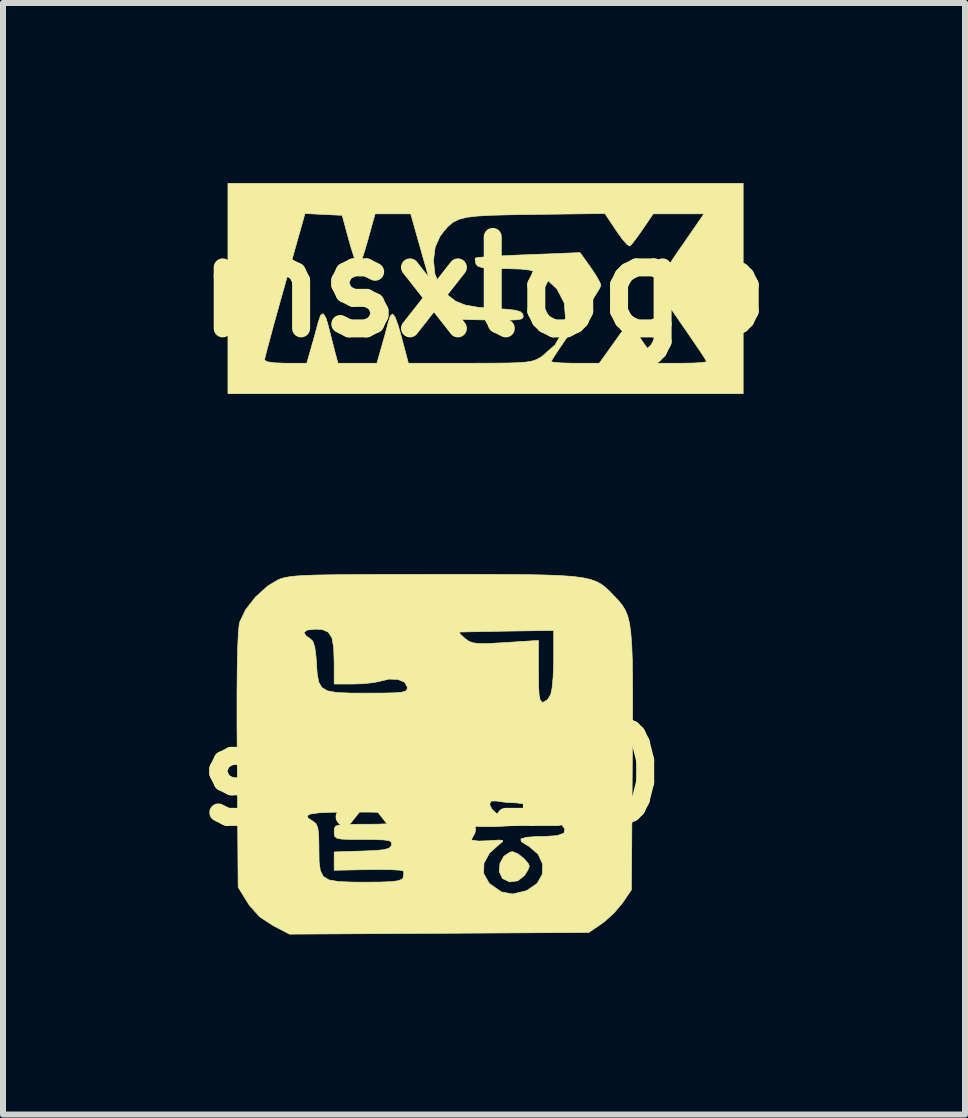
<source format=kicad_pcb>
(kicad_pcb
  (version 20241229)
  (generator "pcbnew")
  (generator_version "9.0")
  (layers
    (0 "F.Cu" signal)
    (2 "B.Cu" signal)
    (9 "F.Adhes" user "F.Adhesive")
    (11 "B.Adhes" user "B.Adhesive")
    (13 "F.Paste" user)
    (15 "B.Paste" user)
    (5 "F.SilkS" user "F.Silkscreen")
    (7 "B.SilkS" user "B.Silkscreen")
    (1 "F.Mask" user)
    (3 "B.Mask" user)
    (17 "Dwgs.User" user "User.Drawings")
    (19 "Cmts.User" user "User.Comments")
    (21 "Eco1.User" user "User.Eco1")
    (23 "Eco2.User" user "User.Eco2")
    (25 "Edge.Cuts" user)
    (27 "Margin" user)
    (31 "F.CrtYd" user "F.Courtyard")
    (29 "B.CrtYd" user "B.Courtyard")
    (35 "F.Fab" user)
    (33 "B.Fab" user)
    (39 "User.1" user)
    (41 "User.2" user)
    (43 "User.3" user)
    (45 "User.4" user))
  (footprint "msxlogo"
    (layer "F.Cu")
    (at 5.015 1.732)
    (property "Reference" "msxlogo" (at 0 0 0) (layer "F.SilkS") (effects (font (size 1.524 1.524) (thickness 0.3))))
    (attr through_hole)
    (fp_poly (pts (xy 4.318 1.778) (xy -4.267 1.778) (xy -4.267 1.218) (xy -3.658 1.218) (xy -3.61 1.246) (xy -3.481 1.264) (xy -3.306 1.27) (xy -2.954 1.27) (xy -2.877 1.003) (xy -2.826 0.823) (xy -2.782 0.66) (xy -2.766 0.596) (xy -2.723 0.47) (xy -2.679 0.444) (xy -2.633 0.518) (xy -2.594 0.648) (xy -2.546 0.841) (xy -2.497 1.03) (xy -2.485 1.079) (xy -2.434 1.27) (xy -1.785 1.27) (xy -1.709 1.003) (xy -1.658 0.823) (xy -1.614 0.66) (xy -1.598 0.596) (xy -1.561 0.482) (xy -1.524 0.449) (xy -1.481 0.503) (xy -1.428 0.647) (xy -1.374 0.84) (xy -1.26 1.27) (xy -0.231 1.27) (xy 0.118 1.269) (xy 0.382 1.267) (xy 0.574 1.261) (xy 0.711 1.25) (xy 0.807 1.233) (xy 0.878 1.208) (xy 0.94 1.173) (xy 0.966 1.156) (xy 1.183 0.965) (xy 1.311 0.743) (xy 1.358 0.524) (xy 1.336 0.265) (xy 1.217 0.036) (xy 1.002 -0.167) (xy 0.969 -0.189) (xy 0.869 -0.247) (xy 0.758 -0.282) (xy 0.609 -0.299) (xy 0.393 -0.305) (xy 0.346 -0.305) (xy 0.12 -0.308) (xy -0.023 -0.321) (xy -0.103 -0.346) (xy -0.135 -0.383) (xy -0.15 -0.463) (xy -0.143 -0.484) (xy -0.087 -0.493) (xy 0.053 -0.505) (xy 0.26 -0.517) (xy 0.518 -0.53) (xy 0.74 -0.539) (xy 1.6 -0.573) (xy 1.774 -0.33) (xy 1.868 -0.189) (xy 1.931 -0.077) (xy 1.947 -0.028) (xy 1.92 0.033) (xy 1.843 0.159) (xy 1.729 0.335) (xy 1.587 0.545) (xy 1.532 0.623) (xy 1.384 0.837) (xy 1.259 1.02) (xy 1.168 1.158) (xy 1.122 1.233) (xy 1.118 1.243) (xy 1.164 1.255) (xy 1.289 1.265) (xy 1.466 1.27) (xy 1.52 1.27) (xy 1.921 1.27) (xy 2.163 0.932) (xy 2.274 0.775) (xy 2.352 0.681) (xy 2.416 0.654) (xy 2.484 0.696) (xy 2.575 0.811) (xy 2.707 1.002) (xy 2.729 1.034) (xy 2.894 1.27) (xy 3.301 1.27) (xy 3.49 1.267) (xy 3.632 1.259) (xy 3.704 1.247) (xy 3.708 1.243) (xy 3.681 1.194) (xy 3.605 1.077) (xy 3.491 0.909) (xy 3.35 0.704) (xy 3.294 0.623) (xy 3.145 0.406) (xy 3.019 0.217) (xy 2.928 0.072) (xy 2.882 -0.013) (xy 2.879 -0.026) (xy 2.906 -0.086) (xy 2.982 -0.212) (xy 3.094 -0.387) (xy 3.233 -0.595) (xy 3.272 -0.65) (xy 3.665 -1.219) (xy 3.242 -1.219) (xy 2.819 -1.219) (xy 2.644 -0.962) (xy 2.545 -0.822) (xy 2.466 -0.719) (xy 2.43 -0.681) (xy 2.385 -0.707) (xy 2.303 -0.8) (xy 2.204 -0.939) (xy 2.203 -0.94) (xy 2.014 -1.224) (xy 0.833 -1.209) (xy 0.435 -1.203) (xy 0.125 -1.195) (xy -0.112 -1.182) (xy -0.289 -1.161) (xy -0.419 -1.127) (xy -0.518 -1.078) (xy -0.598 -1.011) (xy -0.674 -0.923) (xy -0.733 -0.844) (xy -0.814 -0.665) (xy -0.842 -0.441) (xy -0.818 -0.215) (xy -0.742 -0.031) (xy -0.733 -0.02) (xy -0.606 0.133) (xy -0.474 0.236) (xy -0.315 0.3) (xy -0.101 0.338) (xy 0.143 0.356) (xy 0.374 0.37) (xy 0.522 0.387) (xy 0.606 0.412) (xy 0.644 0.448) (xy 0.651 0.471) (xy 0.651 0.507) (xy 0.624 0.532) (xy 0.556 0.546) (xy 0.43 0.552) (xy 0.232 0.552) (xy -0.029 0.548) (xy -0.726 0.533) (xy -0.899 -0.076) (xy -0.973 -0.341) (xy -1.046 -0.597) (xy -1.108 -0.815) (xy -1.147 -0.953) (xy -1.222 -1.219) (xy -1.815 -1.219) (xy -1.931 -0.8) (xy -1.988 -0.605) (xy -2.039 -0.447) (xy -2.076 -0.353) (xy -2.084 -0.34) (xy -2.112 -0.367) (xy -2.157 -0.473) (xy -2.211 -0.639) (xy -2.242 -0.746) (xy -2.364 -1.194) (xy -2.674 -1.209) (xy -2.983 -1.224) (xy -3.32 -0.029) (xy -3.414 0.305) (xy -3.498 0.607) (xy -3.567 0.863) (xy -3.62 1.06) (xy -3.651 1.183) (xy -3.658 1.218) (xy -4.267 1.218) (xy -4.267 -1.727) (xy 4.318 -1.727) (xy 4.318 1.778)) (stroke (width 0.01) (type solid)) (fill yes) (layer "F.SilkS")))
  (footprint "srxg10"
    (layer "F.Cu")
    (at 4.144 9.871)
    (property "Reference" "srxg10" (at 0 0 0) (layer "F.SilkS") (effects (font (size 1.524 1.524) (thickness 0.3))))
    (attr through_hole)
    (fp_poly (pts (xy 1.433 1.304) (xy 1.533 1.381) (xy 1.608 1.467) (xy 1.626 1.513) (xy 1.599 1.58) (xy 1.547 1.665) (xy 1.434 1.755) (xy 1.297 1.774) (xy 1.179 1.717) (xy 1.124 1.602) (xy 1.136 1.466) (xy 1.202 1.345) (xy 1.307 1.276) (xy 1.35 1.27) (xy 1.433 1.304)) (stroke (width 0.01) (type solid)) (fill yes) (layer "F.SilkS"))
    (fp_poly (pts (xy 0.635 -3.351) (xy 1.127 -3.35) (xy 1.535 -3.347) (xy 1.87 -3.341) (xy 2.139 -3.331) (xy 2.353 -3.316) (xy 2.52 -3.294) (xy 2.65 -3.265) (xy 2.751 -3.228) (xy 2.834 -3.181) (xy 2.906 -3.124) (xy 2.978 -3.055) (xy 3.034 -2.996) (xy 3.109 -2.917) (xy 3.171 -2.842) (xy 3.222 -2.761) (xy 3.263 -2.664) (xy 3.294 -2.541) (xy 3.316 -2.383) (xy 3.332 -2.179) (xy 3.342 -1.922) (xy 3.346 -1.599) (xy 3.347 -1.203) (xy 3.345 -0.722) (xy 3.342 -0.254) (xy 3.327 1.905) (xy 3.184 2.117) (xy 3.047 2.281) (xy 2.88 2.434) (xy 2.828 2.472) (xy 2.616 2.616) (xy 0.123 2.63) (xy -2.371 2.644) (xy -2.645 2.501) (xy -2.869 2.354) (xy -3.036 2.167) (xy -3.073 2.11) (xy -3.226 1.862) (xy -3.235 0.672) (xy -2.077 0.672) (xy -2.056 0.714) (xy -1.981 0.762) (xy -1.929 0.802) (xy -1.899 0.87) (xy -1.884 0.989) (xy -1.88 1.183) (xy -1.88 1.217) (xy -1.877 1.432) (xy -1.857 1.583) (xy -1.807 1.683) (xy -1.71 1.741) (xy -1.552 1.768) (xy -1.317 1.777) (xy -1.112 1.778) (xy -0.847 1.776) (xy -0.667 1.768) (xy -0.555 1.753) (xy -0.496 1.728) (xy -0.475 1.7) (xy -0.465 1.615) (xy -0.476 1.59) (xy -0.537 1.578) (xy -0.677 1.57) (xy -0.874 1.567) (xy -1.067 1.569) (xy -1.626 1.58) (xy -1.626 1.274) (xy -1.156 1.259) (xy -0.931 1.25) (xy -0.789 1.235) (xy -0.71 1.211) (xy -0.676 1.175) (xy -0.67 1.156) (xy -0.672 1.114) (xy -0.708 1.088) (xy -0.797 1.074) (xy -0.955 1.068) (xy -1.139 1.067) (xy -1.364 1.066) (xy -1.506 1.06) (xy -1.584 1.044) (xy -1.618 1.013) (xy -1.625 0.963) (xy -1.626 0.94) (xy -1.625 0.934) (xy 0.474 0.934) (xy 0.552 1.02) (xy 0.647 1.074) (xy 0.777 1.093) (xy 0.953 1.087) (xy 1.111 1.076) (xy 1.182 1.081) (xy 1.18 1.104) (xy 1.147 1.128) (xy 0.965 1.29) (xy 0.87 1.462) (xy 0.864 1.632) (xy 0.952 1.788) (xy 0.978 1.813) (xy 1.16 1.94) (xy 1.345 1.975) (xy 1.559 1.925) (xy 1.593 1.911) (xy 1.757 1.798) (xy 1.842 1.646) (xy 1.847 1.476) (xy 1.773 1.313) (xy 1.619 1.179) (xy 1.586 1.162) (xy 1.491 1.101) (xy 1.485 1.058) (xy 1.574 1.03) (xy 1.758 1.017) (xy 1.881 1.016) (xy 2.09 1.002) (xy 2.202 0.961) (xy 2.217 0.891) (xy 2.17 0.828) (xy 2.124 0.794) (xy 2.055 0.777) (xy 1.942 0.776) (xy 1.767 0.791) (xy 1.556 0.814) (xy 1.301 0.839) (xy 1.054 0.852) (xy 0.85 0.854) (xy 0.765 0.848) (xy 0.582 0.841) (xy 0.483 0.871) (xy 0.474 0.934) (xy -1.625 0.934) (xy -1.623 0.882) (xy -1.601 0.845) (xy -1.542 0.825) (xy -1.428 0.815) (xy -1.239 0.813) (xy -1.118 0.813) (xy -0.886 0.811) (xy -0.738 0.805) (xy -0.655 0.789) (xy -0.618 0.761) (xy -0.61 0.717) (xy -0.61 0.711) (xy -0.615 0.672) (xy -0.64 0.644) (xy -0.702 0.626) (xy -0.814 0.616) (xy -0.994 0.611) (xy -1.255 0.61) (xy -1.346 0.61) (xy -1.665 0.613) (xy -1.888 0.623) (xy -2.024 0.643) (xy -2.077 0.672) (xy -3.235 0.672) (xy -3.236 0.482) (xy 0.964 0.482) (xy 1.005 0.566) (xy 1.078 0.632) (xy 1.217 0.688) (xy 1.394 0.709) (xy 1.556 0.692) (xy 1.62 0.665) (xy 1.679 0.594) (xy 1.652 0.525) (xy 1.553 0.475) (xy 1.411 0.457) (xy 1.245 0.449) (xy 1.104 0.431) (xy 1.079 0.425) (xy 0.989 0.427) (xy 0.964 0.482) (xy -3.236 0.482) (xy -3.241 -0.25) (xy -3.245 -0.864) (xy -3.245 -1.38) (xy -3.241 -1.799) (xy -3.234 -2.126) (xy -3.223 -2.362) (xy -3.222 -2.382) (xy -2.13 -2.382) (xy -2.09 -2.322) (xy -2.038 -2.289) (xy -1.983 -2.239) (xy -1.949 -2.143) (xy -1.928 -1.979) (xy -1.922 -1.887) (xy -1.909 -1.694) (xy -1.883 -1.556) (xy -1.831 -1.465) (xy -1.736 -1.41) (xy -1.583 -1.382) (xy -1.357 -1.373) (xy -1.086 -1.372) (xy -0.812 -1.373) (xy -0.623 -1.377) (xy -0.504 -1.387) (xy -0.439 -1.404) (xy -0.412 -1.432) (xy -0.406 -1.469) (xy -0.45 -1.552) (xy -0.562 -1.6) (xy -0.711 -1.606) (xy -0.833 -1.577) (xy -0.958 -1.549) (xy -1.14 -1.529) (xy -1.299 -1.524) (xy -1.626 -1.524) (xy -1.626 -1.883) (xy -1.634 -2.13) (xy -1.663 -2.293) (xy -1.724 -2.388) (xy -1.726 -2.389) (xy 0.457 -2.389) (xy 0.473 -2.358) (xy 0.546 -2.289) (xy 0.554 -2.282) (xy 0.617 -2.237) (xy 0.689 -2.21) (xy 0.791 -2.198) (xy 0.948 -2.199) (xy 1.179 -2.212) (xy 1.228 -2.215) (xy 1.778 -2.25) (xy 1.778 -1.734) (xy 1.78 -1.496) (xy 1.789 -1.343) (xy 1.807 -1.257) (xy 1.836 -1.223) (xy 1.855 -1.219) (xy 1.929 -1.262) (xy 1.982 -1.35) (xy 2.005 -1.458) (xy 2.022 -1.636) (xy 2.031 -1.854) (xy 2.032 -1.948) (xy 2.032 -2.416) (xy 1.257 -2.405) (xy 0.987 -2.4) (xy 0.755 -2.396) (xy 0.578 -2.392) (xy 0.475 -2.39) (xy 0.457 -2.389) (xy -1.726 -2.389) (xy -1.824 -2.431) (xy -1.932 -2.438) (xy -2.076 -2.423) (xy -2.13 -2.382) (xy -3.222 -2.382) (xy -3.209 -2.511) (xy -3.2 -2.556) (xy -3.1 -2.765) (xy -2.934 -2.976) (xy -2.733 -3.157) (xy -2.565 -3.258) (xy -2.512 -3.28) (xy -2.449 -3.297) (xy -2.366 -3.312) (xy -2.255 -3.324) (xy -2.106 -3.333) (xy -1.911 -3.34) (xy -1.659 -3.344) (xy -1.342 -3.348) (xy -0.951 -3.35) (xy -0.475 -3.35) (xy 0.051 -3.351) (xy 0.635 -3.351)) (stroke (width 0.01) (type solid)) (fill yes) (layer "F.SilkS")))
  (gr_rect
    (start -3 -3)
    (end 13.029 15.52)
    (stroke (width 0.1) (type default))
    (fill no)
    (layer "Edge.Cuts")))
</source>
